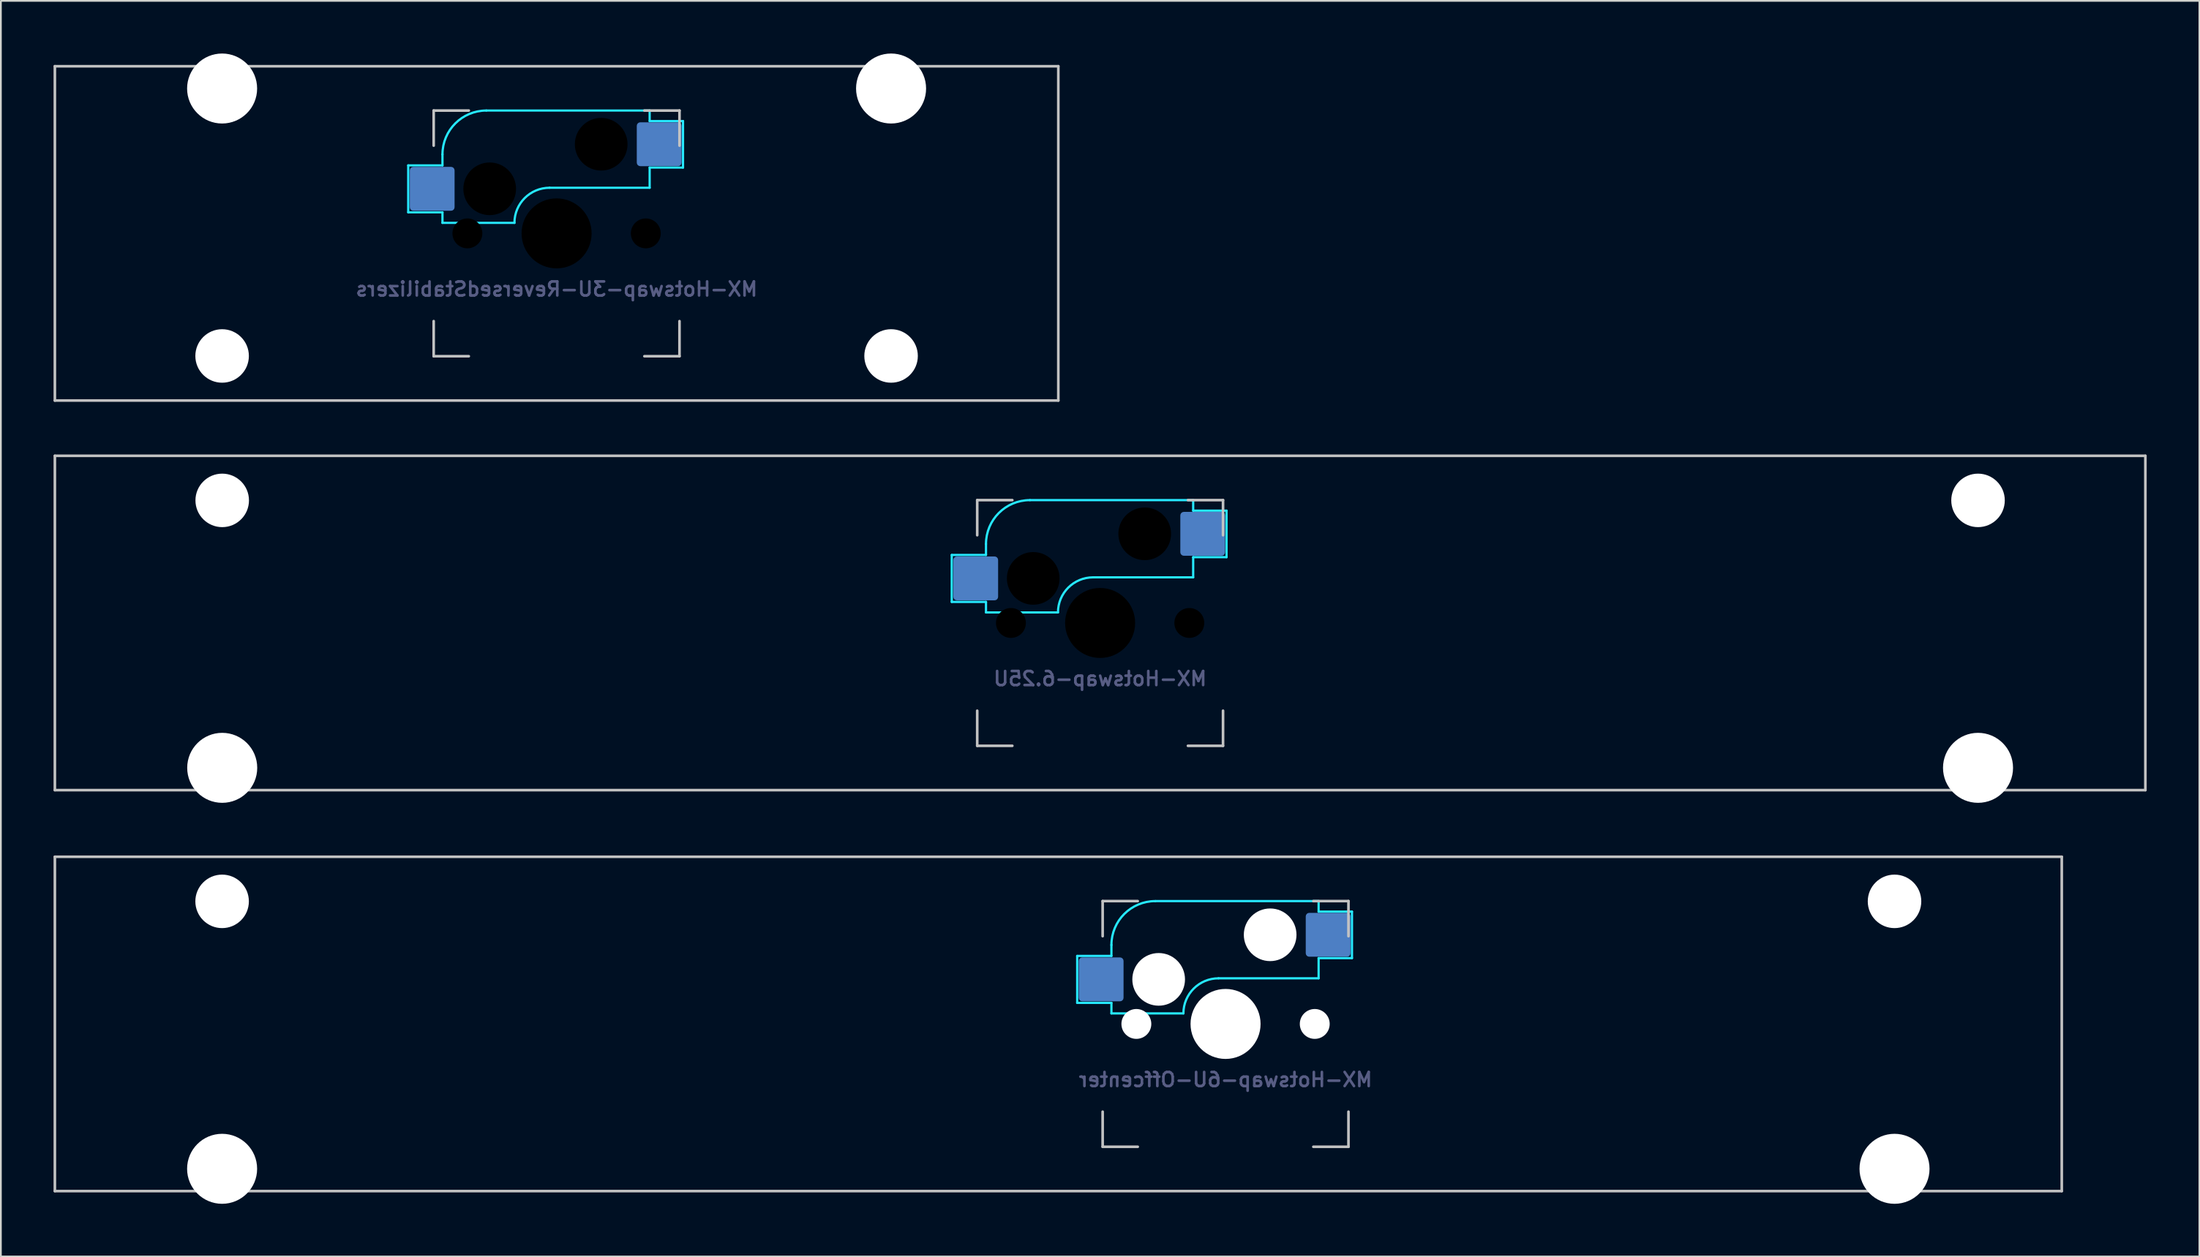
<source format=kicad_pcb>
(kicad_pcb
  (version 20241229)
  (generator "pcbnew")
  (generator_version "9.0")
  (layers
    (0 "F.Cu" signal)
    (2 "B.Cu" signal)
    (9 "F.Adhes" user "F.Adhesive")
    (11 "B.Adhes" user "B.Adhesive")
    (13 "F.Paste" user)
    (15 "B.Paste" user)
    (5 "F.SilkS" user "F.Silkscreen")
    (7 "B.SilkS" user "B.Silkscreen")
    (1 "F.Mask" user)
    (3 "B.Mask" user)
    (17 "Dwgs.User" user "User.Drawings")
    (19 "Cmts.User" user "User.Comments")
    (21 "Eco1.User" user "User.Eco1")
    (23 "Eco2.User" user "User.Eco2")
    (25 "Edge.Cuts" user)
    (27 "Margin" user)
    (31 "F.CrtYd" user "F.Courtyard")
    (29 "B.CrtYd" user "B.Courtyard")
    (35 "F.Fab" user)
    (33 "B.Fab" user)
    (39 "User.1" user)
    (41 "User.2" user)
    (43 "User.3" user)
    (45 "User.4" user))
  (footprint "MX-Hotswap-6.25U"
    (layer "F.Cu")
    (at 59.606 32.449)
    (property "Reference" "MX-Hotswap-6.25U" (at 0 3.175 0) (layer "B.Fab") (effects (font (size 0.8 0.8) (thickness 0.15)) (justify mirror)))
    (attr smd)
    (fp_line (start -59.531 9.525) (end -59.531 -9.525) (stroke (width 0.15) (type solid)) (layer "Dwgs.User"))
    (fp_line (start -7 -7) (end -7 -5) (stroke (width 0.15) (type solid)) (layer "Dwgs.User"))
    (fp_line (start -7 5) (end -7 7) (stroke (width 0.15) (type solid)) (layer "Dwgs.User"))
    (fp_line (start -7 7) (end -5 7) (stroke (width 0.15) (type solid)) (layer "Dwgs.User"))
    (fp_line (start -5 -7) (end -7 -7) (stroke (width 0.15) (type solid)) (layer "Dwgs.User"))
    (fp_line (start 5 -7) (end 7 -7) (stroke (width 0.15) (type solid)) (layer "Dwgs.User"))
    (fp_line (start 5 7) (end 7 7) (stroke (width 0.15) (type solid)) (layer "Dwgs.User"))
    (fp_line (start 7 -7) (end 7 -5) (stroke (width 0.15) (type solid)) (layer "Dwgs.User"))
    (fp_line (start 7 7) (end 7 5) (stroke (width 0.15) (type solid)) (layer "Dwgs.User"))
    (fp_line (start 59.531 -9.525) (end -59.531 -9.525) (stroke (width 0.15) (type solid)) (layer "Dwgs.User"))
    (fp_line (start 59.531 9.525) (end -59.531 9.525) (stroke (width 0.15) (type solid)) (layer "Dwgs.User"))
    (fp_line (start 59.531 9.525) (end 59.531 -9.525) (stroke (width 0.15) (type solid)) (layer "Dwgs.User"))
    (fp_line (start -8.45 -3.875) (end -8.45 -1.2) (stroke (width 0.127) (type solid)) (layer "B.CrtYd"))
    (fp_line (start -8.45 -1.2) (end -6.5 -1.2) (stroke (width 0.127) (type solid)) (layer "B.CrtYd"))
    (fp_line (start -6.5 -4.5) (end -6.5 -3.875) (stroke (width 0.127) (type solid)) (layer "B.CrtYd"))
    (fp_line (start -6.5 -3.875) (end -8.45 -3.875) (stroke (width 0.127) (type solid)) (layer "B.CrtYd"))
    (fp_line (start -6.5 -0.6) (end -6.5 -1.2) (stroke (width 0.127) (type solid)) (layer "B.CrtYd"))
    (fp_line (start -6.5 -0.6) (end -2.4 -0.6) (stroke (width 0.127) (type solid)) (layer "B.CrtYd"))
    (fp_line (start -0.4 -2.6) (end 5.3 -2.6) (stroke (width 0.127) (type solid)) (layer "B.CrtYd"))
    (fp_line (start 5.3 -7) (end -4 -7) (stroke (width 0.127) (type solid)) (layer "B.CrtYd"))
    (fp_line (start 5.3 -7) (end 5.3 -6.4) (stroke (width 0.127) (type solid)) (layer "B.CrtYd"))
    (fp_line (start 5.3 -6.4) (end 7.2 -6.4) (stroke (width 0.127) (type solid)) (layer "B.CrtYd"))
    (fp_line (start 5.3 -2.6) (end 5.3 -3.75) (stroke (width 0.127) (type solid)) (layer "B.CrtYd"))
    (fp_line (start 7.2 -6.4) (end 7.2 -3.75) (stroke (width 0.127) (type solid)) (layer "B.CrtYd"))
    (fp_line (start 7.2 -3.75) (end 5.3 -3.75) (stroke (width 0.127) (type solid)) (layer "B.CrtYd"))
    (fp_arc (start -6.5 -4.5) (mid -5.767767 -6.267767) (end -4 -7) (stroke (width 0.127) (type solid)) (layer "B.CrtYd"))
    (fp_arc (start -2.4 -0.6) (mid -1.814214 -2.014214) (end -0.4 -2.6) (stroke (width 0.127) (type solid)) (layer "B.CrtYd"))
    (pad "" np_thru_hole circle (at -50 -6.985) (size 3.048 3.048) (drill 3.048) (layers "*.Cu" "*.Mask"))
    (pad "" np_thru_hole circle (at -50 8.255) (size 3.988 3.988) (drill 3.988) (layers "*.Cu" "*.Mask"))
    (pad "" np_thru_hole circle (at -5.08 0 48.099) (size 1.702 1.702) (drill 1.702) (layers "*.Mask"))
    (pad "" np_thru_hole circle (at -3.81 -2.54) (size 3 3) (drill 3) (layers "*.Mask"))
    (pad "" np_thru_hole circle (at 0 0) (size 3.988 3.988) (drill 3.988) (layers "*.Mask"))
    (pad "" np_thru_hole circle (at 2.54 -5.08) (size 3 3) (drill 3) (layers "*.Mask"))
    (pad "" np_thru_hole circle (at 5.08 0 48.099) (size 1.702 1.702) (drill 1.702) (layers "*.Mask"))
    (pad "" np_thru_hole circle (at 50 -6.985) (size 3.048 3.048) (drill 3.048) (layers "*.Cu" "*.Mask"))
    (pad "" np_thru_hole circle (at 50 8.255) (size 3.988 3.988) (drill 3.988) (layers "*.Cu" "*.Mask"))
    (pad "1" smd roundrect (at -7.085 -2.54) (size 2.55 2.5) (layers "B.Cu" "B.Mask" "B.Paste") (roundrect_rratio 0.08))
    (pad "2" smd roundrect (at 5.842 -5.08) (size 2.55 2.5) (layers "B.Cu" "B.Mask" "B.Paste") (roundrect_rratio 0.08)))
  (footprint "MX-Hotswap-3U-ReversedStabilizers"
    (layer "F.Cu")
    (at 28.65 10.249)
    (property "Reference" "MX-Hotswap-3U-ReversedStabilizers" (at 0 3.175 0) (layer "B.Fab") (effects (font (size 0.8 0.8) (thickness 0.15)) (justify mirror)))
    (attr smd)
    (fp_line (start -28.575 9.525) (end -28.575 -9.525) (stroke (width 0.15) (type solid)) (layer "Dwgs.User"))
    (fp_line (start -7 -7) (end -7 -5) (stroke (width 0.15) (type solid)) (layer "Dwgs.User"))
    (fp_line (start -7 5) (end -7 7) (stroke (width 0.15) (type solid)) (layer "Dwgs.User"))
    (fp_line (start -7 7) (end -5 7) (stroke (width 0.15) (type solid)) (layer "Dwgs.User"))
    (fp_line (start -5 -7) (end -7 -7) (stroke (width 0.15) (type solid)) (layer "Dwgs.User"))
    (fp_line (start 5 -7) (end 7 -7) (stroke (width 0.15) (type solid)) (layer "Dwgs.User"))
    (fp_line (start 5 7) (end 7 7) (stroke (width 0.15) (type solid)) (layer "Dwgs.User"))
    (fp_line (start 7 -7) (end 7 -5) (stroke (width 0.15) (type solid)) (layer "Dwgs.User"))
    (fp_line (start 7 7) (end 7 5) (stroke (width 0.15) (type solid)) (layer "Dwgs.User"))
    (fp_line (start 28.575 -9.525) (end -28.575 -9.525) (stroke (width 0.15) (type solid)) (layer "Dwgs.User"))
    (fp_line (start 28.575 9.525) (end -28.575 9.525) (stroke (width 0.15) (type solid)) (layer "Dwgs.User"))
    (fp_line (start 28.575 9.525) (end 28.575 -9.525) (stroke (width 0.15) (type solid)) (layer "Dwgs.User"))
    (fp_line (start -8.45 -3.875) (end -8.45 -1.2) (stroke (width 0.127) (type solid)) (layer "B.CrtYd"))
    (fp_line (start -8.45 -1.2) (end -6.5 -1.2) (stroke (width 0.127) (type solid)) (layer "B.CrtYd"))
    (fp_line (start -6.5 -4.5) (end -6.5 -3.875) (stroke (width 0.127) (type solid)) (layer "B.CrtYd"))
    (fp_line (start -6.5 -3.875) (end -8.45 -3.875) (stroke (width 0.127) (type solid)) (layer "B.CrtYd"))
    (fp_line (start -6.5 -0.6) (end -6.5 -1.2) (stroke (width 0.127) (type solid)) (layer "B.CrtYd"))
    (fp_line (start -6.5 -0.6) (end -2.4 -0.6) (stroke (width 0.127) (type solid)) (layer "B.CrtYd"))
    (fp_line (start -0.4 -2.6) (end 5.3 -2.6) (stroke (width 0.127) (type solid)) (layer "B.CrtYd"))
    (fp_line (start 5.3 -7) (end -4 -7) (stroke (width 0.127) (type solid)) (layer "B.CrtYd"))
    (fp_line (start 5.3 -7) (end 5.3 -6.4) (stroke (width 0.127) (type solid)) (layer "B.CrtYd"))
    (fp_line (start 5.3 -6.4) (end 7.2 -6.4) (stroke (width 0.127) (type solid)) (layer "B.CrtYd"))
    (fp_line (start 5.3 -2.6) (end 5.3 -3.75) (stroke (width 0.127) (type solid)) (layer "B.CrtYd"))
    (fp_line (start 7.2 -6.4) (end 7.2 -3.75) (stroke (width 0.127) (type solid)) (layer "B.CrtYd"))
    (fp_line (start 7.2 -3.75) (end 5.3 -3.75) (stroke (width 0.127) (type solid)) (layer "B.CrtYd"))
    (fp_arc (start -6.5 -4.5) (mid -5.767767 -6.267767) (end -4 -7) (stroke (width 0.127) (type solid)) (layer "B.CrtYd"))
    (fp_arc (start -2.4 -0.6) (mid -1.814214 -2.014214) (end -0.4 -2.6) (stroke (width 0.127) (type solid)) (layer "B.CrtYd"))
    (pad "" np_thru_hole circle (at -19.05 -8.255) (size 3.988 3.988) (drill 3.988) (layers "*.Cu" "*.Mask"))
    (pad "" np_thru_hole circle (at -19.05 6.985) (size 3.048 3.048) (drill 3.048) (layers "*.Cu" "*.Mask"))
    (pad "" np_thru_hole circle (at -5.08 0 48.099) (size 1.702 1.702) (drill 1.702) (layers "*.Mask"))
    (pad "" np_thru_hole circle (at -3.81 -2.54) (size 3 3) (drill 3) (layers "*.Mask"))
    (pad "" np_thru_hole circle (at 0 0) (size 3.988 3.988) (drill 3.988) (layers "*.Mask"))
    (pad "" np_thru_hole circle (at 2.54 -5.08) (size 3 3) (drill 3) (layers "*.Mask"))
    (pad "" np_thru_hole circle (at 5.08 0 48.099) (size 1.702 1.702) (drill 1.702) (layers "*.Mask"))
    (pad "" np_thru_hole circle (at 19.05 -8.255) (size 3.988 3.988) (drill 3.988) (layers "*.Cu" "*.Mask"))
    (pad "" np_thru_hole circle (at 19.05 6.985) (size 3.048 3.048) (drill 3.048) (layers "*.Cu" "*.Mask"))
    (pad "1" smd roundrect (at -7.085 -2.54) (size 2.55 2.5) (layers "B.Cu" "B.Mask" "B.Paste") (roundrect_rratio 0.08))
    (pad "2" smd roundrect (at 5.842 -5.08) (size 2.55 2.5) (layers "B.Cu" "B.Mask" "B.Paste") (roundrect_rratio 0.08)))
  (footprint "MX-Hotswap-6U-Offcenter"
    (layer "F.Cu")
    (at 66.75 55.298)
    (property "Reference" "MX-Hotswap-6U-Offcenter" (at 0 3.175 0) (layer "B.Fab") (effects (font (size 0.8 0.8) (thickness 0.15)) (justify mirror)))
    (attr smd)
    (fp_line (start -66.675 -9.525) (end 47.625 -9.525) (stroke (width 0.15) (type solid)) (layer "Dwgs.User"))
    (fp_line (start -66.675 9.525) (end -66.675 -9.525) (stroke (width 0.15) (type solid)) (layer "Dwgs.User"))
    (fp_line (start -66.675 9.525) (end 47.625 9.525) (stroke (width 0.15) (type solid)) (layer "Dwgs.User"))
    (fp_line (start -7 -7) (end -7 -5) (stroke (width 0.15) (type solid)) (layer "Dwgs.User"))
    (fp_line (start -7 5) (end -7 7) (stroke (width 0.15) (type solid)) (layer "Dwgs.User"))
    (fp_line (start -7 7) (end -5 7) (stroke (width 0.15) (type solid)) (layer "Dwgs.User"))
    (fp_line (start -5 -7) (end -7 -7) (stroke (width 0.15) (type solid)) (layer "Dwgs.User"))
    (fp_line (start 5 -7) (end 7 -7) (stroke (width 0.15) (type solid)) (layer "Dwgs.User"))
    (fp_line (start 5 7) (end 7 7) (stroke (width 0.15) (type solid)) (layer "Dwgs.User"))
    (fp_line (start 7 -7) (end 7 -5) (stroke (width 0.15) (type solid)) (layer "Dwgs.User"))
    (fp_line (start 7 7) (end 7 5) (stroke (width 0.15) (type solid)) (layer "Dwgs.User"))
    (fp_line (start 47.625 9.525) (end 47.625 -9.525) (stroke (width 0.15) (type solid)) (layer "Dwgs.User"))
    (fp_line (start -8.45 -3.875) (end -8.45 -1.2) (stroke (width 0.127) (type solid)) (layer "B.CrtYd"))
    (fp_line (start -8.45 -1.2) (end -6.5 -1.2) (stroke (width 0.127) (type solid)) (layer "B.CrtYd"))
    (fp_line (start -6.5 -4.5) (end -6.5 -3.875) (stroke (width 0.127) (type solid)) (layer "B.CrtYd"))
    (fp_line (start -6.5 -3.875) (end -8.45 -3.875) (stroke (width 0.127) (type solid)) (layer "B.CrtYd"))
    (fp_line (start -6.5 -0.6) (end -6.5 -1.2) (stroke (width 0.127) (type solid)) (layer "B.CrtYd"))
    (fp_line (start -6.5 -0.6) (end -2.4 -0.6) (stroke (width 0.127) (type solid)) (layer "B.CrtYd"))
    (fp_line (start -0.4 -2.6) (end 5.3 -2.6) (stroke (width 0.127) (type solid)) (layer "B.CrtYd"))
    (fp_line (start 5.3 -7) (end -4 -7) (stroke (width 0.127) (type solid)) (layer "B.CrtYd"))
    (fp_line (start 5.3 -7) (end 5.3 -6.4) (stroke (width 0.127) (type solid)) (layer "B.CrtYd"))
    (fp_line (start 5.3 -6.4) (end 7.2 -6.4) (stroke (width 0.127) (type solid)) (layer "B.CrtYd"))
    (fp_line (start 5.3 -2.6) (end 5.3 -3.75) (stroke (width 0.127) (type solid)) (layer "B.CrtYd"))
    (fp_line (start 7.2 -6.4) (end 7.2 -3.75) (stroke (width 0.127) (type solid)) (layer "B.CrtYd"))
    (fp_line (start 7.2 -3.75) (end 5.3 -3.75) (stroke (width 0.127) (type solid)) (layer "B.CrtYd"))
    (fp_arc (start -6.5 -4.5) (mid -5.767767 -6.267767) (end -4 -7) (stroke (width 0.127) (type solid)) (layer "B.CrtYd"))
    (fp_arc (start -2.4 -0.6) (mid -1.814214 -2.014214) (end -0.4 -2.6) (stroke (width 0.127) (type solid)) (layer "B.CrtYd"))
    (pad "" np_thru_hole circle (at -57.15 -6.985) (size 3.048 3.048) (drill 3.048) (layers "*.Cu" "*.Mask"))
    (pad "" np_thru_hole circle (at -57.15 8.255) (size 3.988 3.988) (drill 3.988) (layers "*.Cu" "*.Mask"))
    (pad "" np_thru_hole circle (at -5.08 0 48.099) (size 1.702 1.702) (drill 1.702) (layers "*.Cu" "*.Mask"))
    (pad "" np_thru_hole circle (at -3.81 -2.54) (size 3 3) (drill 3) (layers "*.Cu" "*.Mask"))
    (pad "" np_thru_hole circle (at 0 0) (size 3.988 3.988) (drill 3.988) (layers "*.Cu" "*.Mask"))
    (pad "" np_thru_hole circle (at 2.54 -5.08) (size 3 3) (drill 3) (layers "*.Cu" "*.Mask"))
    (pad "" np_thru_hole circle (at 5.08 0 48.099) (size 1.702 1.702) (drill 1.702) (layers "*.Cu" "*.Mask"))
    (pad "" np_thru_hole circle (at 38.1 -6.985) (size 3.048 3.048) (drill 3.048) (layers "*.Cu" "*.Mask"))
    (pad "" np_thru_hole circle (at 38.1 8.255) (size 3.988 3.988) (drill 3.988) (layers "*.Cu" "*.Mask"))
    (pad "1" smd roundrect (at -7.085 -2.54) (size 2.55 2.5) (layers "B.Cu" "B.Mask" "B.Paste") (roundrect_rratio 0.08))
    (pad "2" smd roundrect (at 5.842 -5.08) (size 2.55 2.5) (layers "B.Cu" "B.Mask" "B.Paste") (roundrect_rratio 0.08)))
  (gr_rect
    (start -3 -3)
    (end 122.213 68.547)
    (stroke (width 0.1) (type default))
    (fill no)
    (layer "Edge.Cuts")))
</source>
